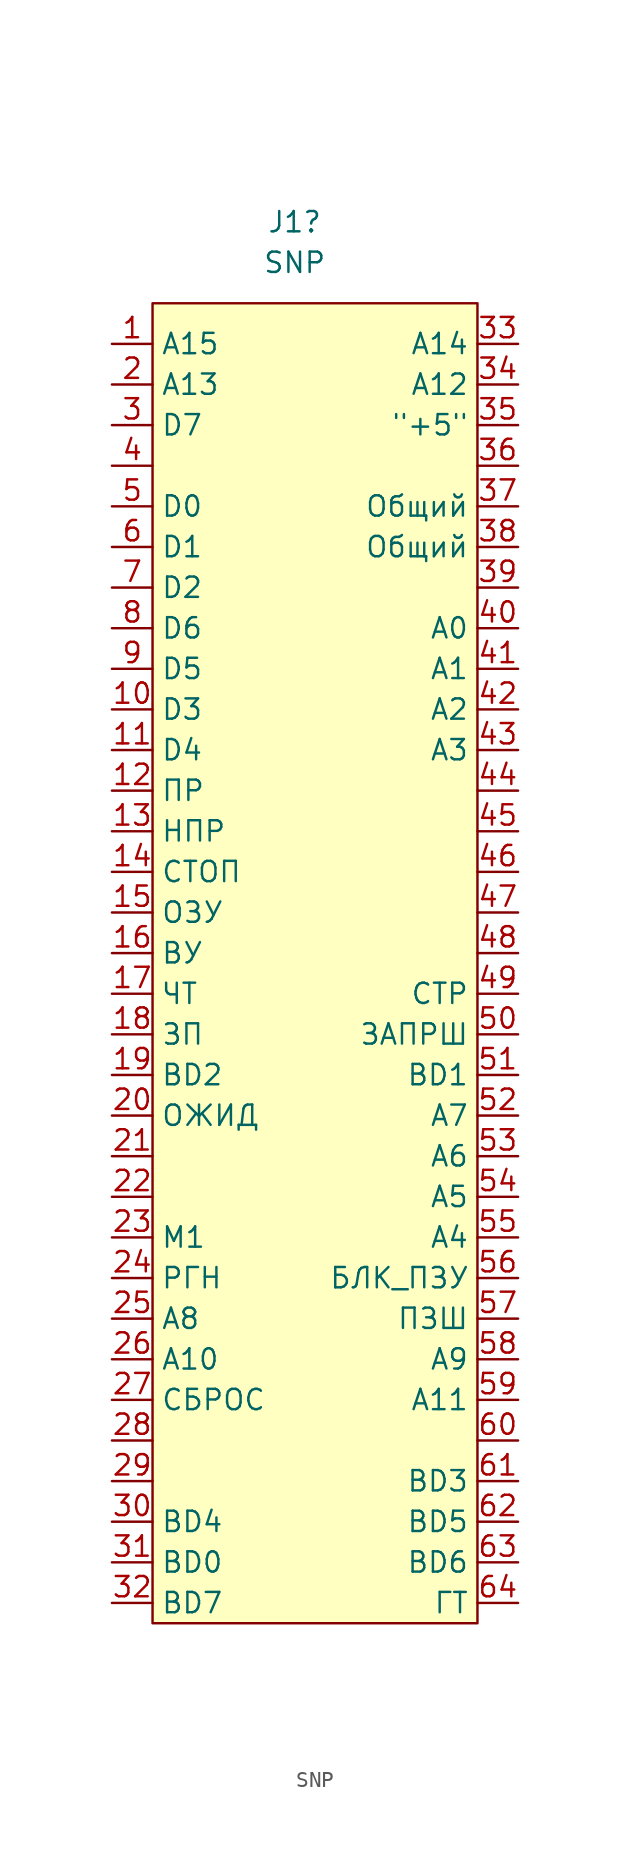
<source format=kicad_sym>
(kicad_symbol_lib
  (version 20220914)
  (generator kicad_symbol_editor)
  (symbol "SNP"
    (property "Reference" "J1"
      (at -1.27 44.45 0)
      (effects (font (size 1.27 1.27))))
    (property "Value" "SNP"
      (at -1.27 41.91 0)
      (effects (font (size 1.27 1.27))))
    (symbol "SNP_1_1"
      (rectangle (start -10.16 39.37) (end 10.16 -43.18) (stroke (width 0) (type default)) (fill (type background)))
      (pin output line (at -12.7 36.83 0) (length 2.54) (name "A15" (effects (font (size 1.27 1.27)))) (number "1" (effects (font (size 1.27 1.27)))))
      (pin output line (at -12.7 13.97 0) (length 2.54) (name "D3" (effects (font (size 1.27 1.27)))) (number "10" (effects (font (size 1.27 1.27)))))
      (pin output line (at -12.7 11.43 0) (length 2.54) (name "D4" (effects (font (size 1.27 1.27)))) (number "11" (effects (font (size 1.27 1.27)))))
      (pin output line (at -12.7 8.89 0) (length 2.54) (name "ПР" (effects (font (size 1.27 1.27)))) (number "12" (effects (font (size 1.27 1.27)))))
      (pin output line (at -12.7 6.35 0) (length 2.54) (name "НПР" (effects (font (size 1.27 1.27)))) (number "13" (effects (font (size 1.27 1.27)))))
      (pin output line (at -12.7 3.81 0) (length 2.54) (name "СТОП" (effects (font (size 1.27 1.27)))) (number "14" (effects (font (size 1.27 1.27)))))
      (pin output line (at -12.7 1.27 0) (length 2.54) (name "ОЗУ" (effects (font (size 1.27 1.27)))) (number "15" (effects (font (size 1.27 1.27)))))
      (pin output line (at -12.7 -1.27 0) (length 2.54) (name "ВУ" (effects (font (size 1.27 1.27)))) (number "16" (effects (font (size 1.27 1.27)))))
      (pin output line (at -12.7 -3.81 0) (length 2.54) (name "ЧТ" (effects (font (size 1.27 1.27)))) (number "17" (effects (font (size 1.27 1.27)))))
      (pin output line (at -12.7 -6.35 0) (length 2.54) (name "ЗП" (effects (font (size 1.27 1.27)))) (number "18" (effects (font (size 1.27 1.27)))))
      (pin output line (at -12.7 -8.89 0) (length 2.54) (name "BD2" (effects (font (size 1.27 1.27)))) (number "19" (effects (font (size 1.27 1.27)))))
      (pin output line (at -12.7 34.29 0) (length 2.54) (name "A13" (effects (font (size 1.27 1.27)))) (number "2" (effects (font (size 1.27 1.27)))))
      (pin output line (at -12.7 -11.43 0) (length 2.54) (name "ОЖИД" (effects (font (size 1.27 1.27)))) (number "20" (effects (font (size 1.27 1.27)))))
      (pin output line (at -12.7 -13.97 0) (length 2.54) (name "" (effects (font (size 1.27 1.27)))) (number "21" (effects (font (size 1.27 1.27)))))
      (pin output line (at -12.7 -16.51 0) (length 2.54) (name "" (effects (font (size 1.27 1.27)))) (number "22" (effects (font (size 1.27 1.27)))))
      (pin output line (at -12.7 -19.05 0) (length 2.54) (name "М1" (effects (font (size 1.27 1.27)))) (number "23" (effects (font (size 1.27 1.27)))))
      (pin output line (at -12.7 -21.59 0) (length 2.54) (name "РГН" (effects (font (size 1.27 1.27)))) (number "24" (effects (font (size 1.27 1.27)))))
      (pin output line (at -12.7 -24.13 0) (length 2.54) (name "A8" (effects (font (size 1.27 1.27)))) (number "25" (effects (font (size 1.27 1.27)))))
      (pin output line (at -12.7 -26.67 0) (length 2.54) (name "A10" (effects (font (size 1.27 1.27)))) (number "26" (effects (font (size 1.27 1.27)))))
      (pin output line (at -12.7 -29.21 0) (length 2.54) (name "СБРОС" (effects (font (size 1.27 1.27)))) (number "27" (effects (font (size 1.27 1.27)))))
      (pin output line (at -12.7 -31.75 0) (length 2.54) (name "" (effects (font (size 1.27 1.27)))) (number "28" (effects (font (size 1.27 1.27)))))
      (pin output line (at -12.7 -34.29 0) (length 2.54) (name "" (effects (font (size 1.27 1.27)))) (number "29" (effects (font (size 1.27 1.27)))))
      (pin output line (at -12.7 31.75 0) (length 2.54) (name "D7" (effects (font (size 1.27 1.27)))) (number "3" (effects (font (size 1.27 1.27)))))
      (pin output line (at -12.7 -36.83 0) (length 2.54) (name "BD4" (effects (font (size 1.27 1.27)))) (number "30" (effects (font (size 1.27 1.27)))))
      (pin output line (at -12.7 -39.37 0) (length 2.54) (name "BD0" (effects (font (size 1.27 1.27)))) (number "31" (effects (font (size 1.27 1.27)))))
      (pin output line (at -12.7 -41.91 0) (length 2.54) (name "BD7" (effects (font (size 1.27 1.27)))) (number "32" (effects (font (size 1.27 1.27)))))
      (pin output line (at 12.7 36.83 180) (length 2.54) (name "A14" (effects (font (size 1.27 1.27)))) (number "33" (effects (font (size 1.27 1.27)))))
      (pin output line (at 12.7 34.29 180) (length 2.54) (name "A12" (effects (font (size 1.27 1.27)))) (number "34" (effects (font (size 1.27 1.27)))))
      (pin output line (at 12.7 31.75 180) (length 2.54) (name "\"+5\"" (effects (font (size 1.27 1.27)))) (number "35" (effects (font (size 1.27 1.27)))))
      (pin output line (at 12.7 29.21 180) (length 2.54) (name "" (effects (font (size 1.27 1.27)))) (number "36" (effects (font (size 1.27 1.27)))))
      (pin output line (at 12.7 26.67 180) (length 2.54) (name "Общий" (effects (font (size 1.27 1.27)))) (number "37" (effects (font (size 1.27 1.27)))))
      (pin output line (at 12.7 24.13 180) (length 2.54) (name "Общий" (effects (font (size 1.27 1.27)))) (number "38" (effects (font (size 1.27 1.27)))))
      (pin output line (at 12.7 21.59 180) (length 2.54) (name "" (effects (font (size 1.27 1.27)))) (number "39" (effects (font (size 1.27 1.27)))))
      (pin output line (at -12.7 29.21 0) (length 2.54) (name "" (effects (font (size 1.27 1.27)))) (number "4" (effects (font (size 1.27 1.27)))))
      (pin output line (at 12.7 19.05 180) (length 2.54) (name "A0" (effects (font (size 1.27 1.27)))) (number "40" (effects (font (size 1.27 1.27)))))
      (pin output line (at 12.7 16.51 180) (length 2.54) (name "A1" (effects (font (size 1.27 1.27)))) (number "41" (effects (font (size 1.27 1.27)))))
      (pin output line (at 12.7 13.97 180) (length 2.54) (name "A2" (effects (font (size 1.27 1.27)))) (number "42" (effects (font (size 1.27 1.27)))))
      (pin output line (at 12.7 11.43 180) (length 2.54) (name "A3" (effects (font (size 1.27 1.27)))) (number "43" (effects (font (size 1.27 1.27)))))
      (pin output line (at 12.7 8.89 180) (length 2.54) (name "" (effects (font (size 1.27 1.27)))) (number "44" (effects (font (size 1.27 1.27)))))
      (pin output line (at 12.7 6.35 180) (length 2.54) (name "" (effects (font (size 1.27 1.27)))) (number "45" (effects (font (size 1.27 1.27)))))
      (pin output line (at 12.7 3.81 180) (length 2.54) (name "" (effects (font (size 1.27 1.27)))) (number "46" (effects (font (size 1.27 1.27)))))
      (pin output line (at 12.7 1.27 180) (length 2.54) (name "" (effects (font (size 1.27 1.27)))) (number "47" (effects (font (size 1.27 1.27)))))
      (pin output line (at 12.7 -1.27 180) (length 2.54) (name "" (effects (font (size 1.27 1.27)))) (number "48" (effects (font (size 1.27 1.27)))))
      (pin output line (at 12.7 -3.81 180) (length 2.54) (name "СТР" (effects (font (size 1.27 1.27)))) (number "49" (effects (font (size 1.27 1.27)))))
      (pin output line (at -12.7 26.67 0) (length 2.54) (name "D0" (effects (font (size 1.27 1.27)))) (number "5" (effects (font (size 1.27 1.27)))))
      (pin output line (at 12.7 -6.35 180) (length 2.54) (name "ЗАПРШ" (effects (font (size 1.27 1.27)))) (number "50" (effects (font (size 1.27 1.27)))))
      (pin output line (at 12.7 -8.89 180) (length 2.54) (name "BD1" (effects (font (size 1.27 1.27)))) (number "51" (effects (font (size 1.27 1.27)))))
      (pin output line (at 12.7 -11.43 180) (length 2.54) (name "A7" (effects (font (size 1.27 1.27)))) (number "52" (effects (font (size 1.27 1.27)))))
      (pin output line (at 12.7 -13.97 180) (length 2.54) (name "A6" (effects (font (size 1.27 1.27)))) (number "53" (effects (font (size 1.27 1.27)))))
      (pin output line (at 12.7 -16.51 180) (length 2.54) (name "A5" (effects (font (size 1.27 1.27)))) (number "54" (effects (font (size 1.27 1.27)))))
      (pin output line (at 12.7 -19.05 180) (length 2.54) (name "A4" (effects (font (size 1.27 1.27)))) (number "55" (effects (font (size 1.27 1.27)))))
      (pin output line (at 12.7 -21.59 180) (length 2.54) (name "БЛК_ПЗУ" (effects (font (size 1.27 1.27)))) (number "56" (effects (font (size 1.27 1.27)))))
      (pin output line (at 12.7 -24.13 180) (length 2.54) (name "ПЗШ" (effects (font (size 1.27 1.27)))) (number "57" (effects (font (size 1.27 1.27)))))
      (pin output line (at 12.7 -26.67 180) (length 2.54) (name "A9" (effects (font (size 1.27 1.27)))) (number "58" (effects (font (size 1.27 1.27)))))
      (pin output line (at 12.7 -29.21 180) (length 2.54) (name "A11" (effects (font (size 1.27 1.27)))) (number "59" (effects (font (size 1.27 1.27)))))
      (pin output line (at -12.7 24.13 0) (length 2.54) (name "D1" (effects (font (size 1.27 1.27)))) (number "6" (effects (font (size 1.27 1.27)))))
      (pin output line (at 12.7 -31.75 180) (length 2.54) (name "" (effects (font (size 1.27 1.27)))) (number "60" (effects (font (size 1.27 1.27)))))
      (pin output line (at 12.7 -34.29 180) (length 2.54) (name "BD3" (effects (font (size 1.27 1.27)))) (number "61" (effects (font (size 1.27 1.27)))))
      (pin output line (at 12.7 -36.83 180) (length 2.54) (name "BD5" (effects (font (size 1.27 1.27)))) (number "62" (effects (font (size 1.27 1.27)))))
      (pin output line (at 12.7 -39.37 180) (length 2.54) (name "BD6" (effects (font (size 1.27 1.27)))) (number "63" (effects (font (size 1.27 1.27)))))
      (pin output line (at 12.7 -41.91 180) (length 2.54) (name "ГТ" (effects (font (size 1.27 1.27)))) (number "64" (effects (font (size 1.27 1.27)))))
      (pin output line (at -12.7 21.59 0) (length 2.54) (name "D2" (effects (font (size 1.27 1.27)))) (number "7" (effects (font (size 1.27 1.27)))))
      (pin output line (at -12.7 19.05 0) (length 2.54) (name "D6" (effects (font (size 1.27 1.27)))) (number "8" (effects (font (size 1.27 1.27)))))
      (pin output line (at -12.7 16.51 0) (length 2.54) (name "D5" (effects (font (size 1.27 1.27)))) (number "9" (effects (font (size 1.27 1.27))))))))
</source>
